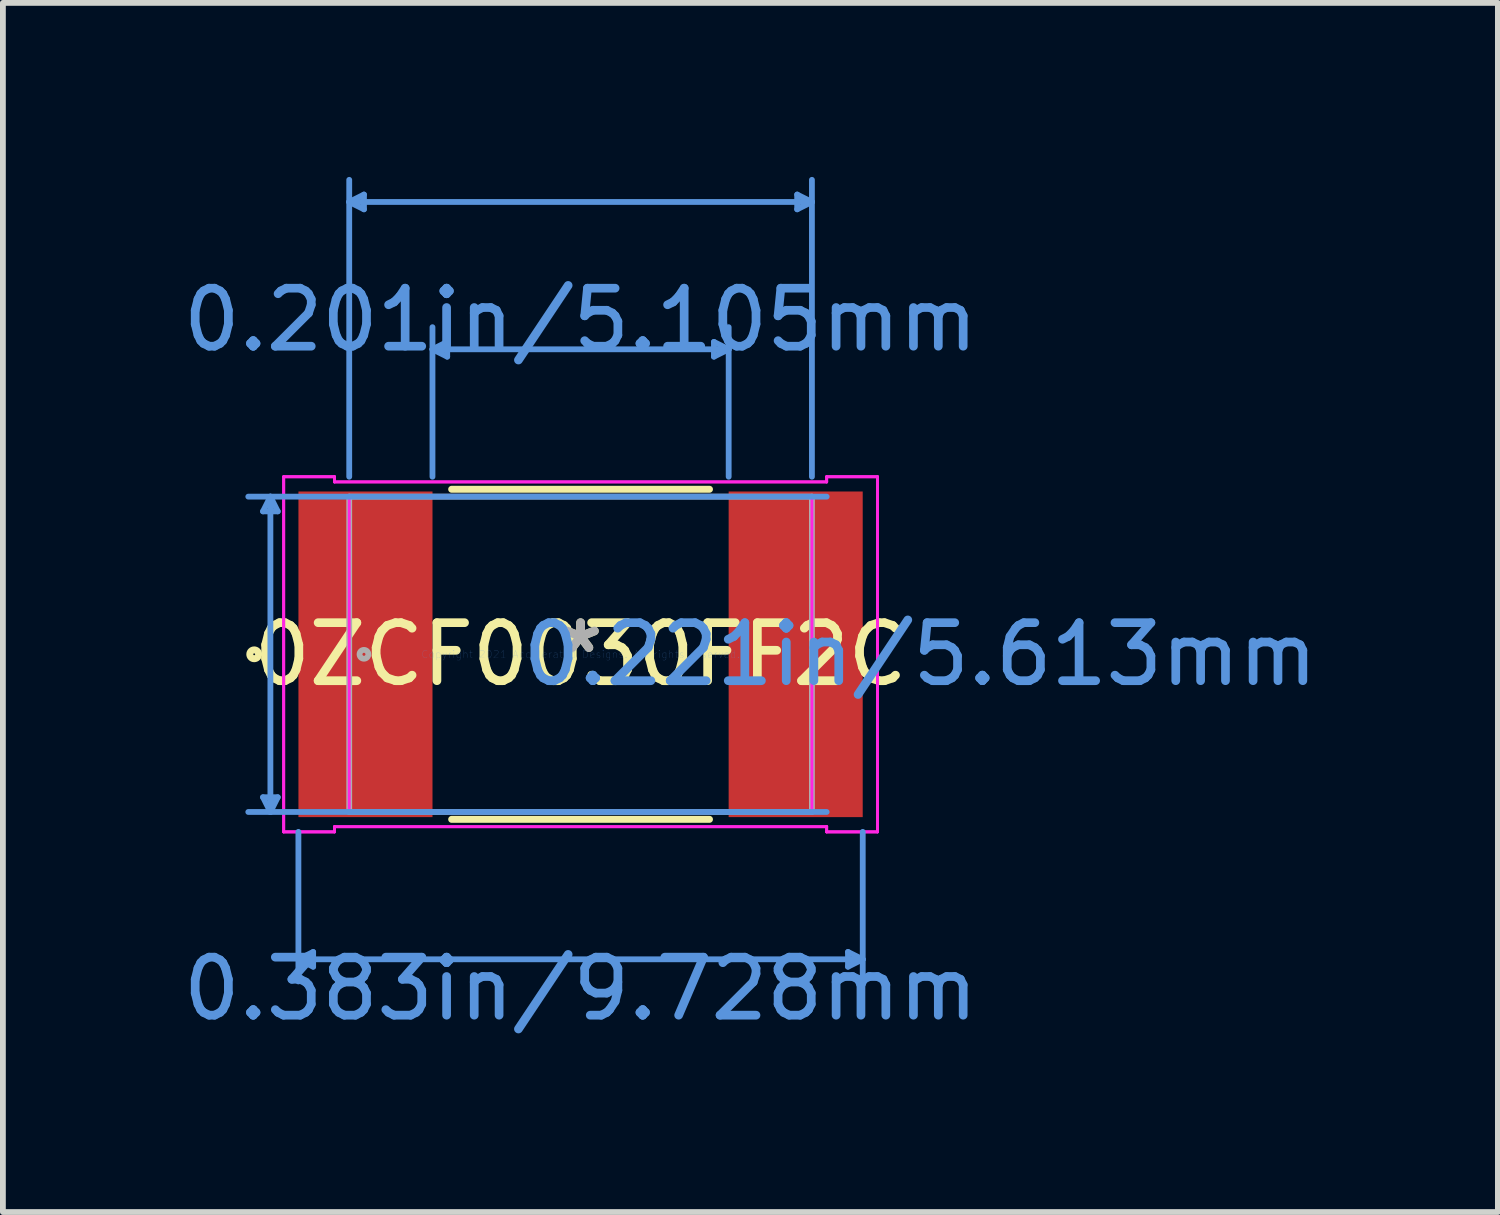
<source format=kicad_pcb>
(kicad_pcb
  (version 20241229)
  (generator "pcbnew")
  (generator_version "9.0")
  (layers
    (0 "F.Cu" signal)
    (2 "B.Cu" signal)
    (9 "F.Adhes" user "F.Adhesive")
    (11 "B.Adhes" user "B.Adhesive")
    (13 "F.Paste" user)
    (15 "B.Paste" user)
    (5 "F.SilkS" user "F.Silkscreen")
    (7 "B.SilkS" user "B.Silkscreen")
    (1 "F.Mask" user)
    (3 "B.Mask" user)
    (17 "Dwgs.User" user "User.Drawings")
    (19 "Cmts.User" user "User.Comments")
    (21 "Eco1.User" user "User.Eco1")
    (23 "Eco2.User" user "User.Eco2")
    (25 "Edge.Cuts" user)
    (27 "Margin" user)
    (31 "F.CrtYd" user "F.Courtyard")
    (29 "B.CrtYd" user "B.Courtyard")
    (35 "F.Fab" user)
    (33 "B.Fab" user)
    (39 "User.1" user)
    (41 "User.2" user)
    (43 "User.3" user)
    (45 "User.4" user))
  (footprint "0ZCF0030FF2C"
    (layer "F.Cu")
    (at 6.958 8.229)
    (property "Reference" "0ZCF0030FF2C" (at 0 0 0) (layer "F.SilkS") (effects (font (size 1 1) (thickness 0.15))))
    (attr through_hole)
    (fp_line (start -2.222 2.845) (end 2.222 2.845) (stroke (width 0.12) (type solid)) (layer "F.SilkS"))
    (fp_line (start 2.222 -2.845) (end -2.222 -2.845) (stroke (width 0.12) (type solid)) (layer "F.SilkS"))
    (fp_circle (center -5.626 0) (end -5.55 0) (stroke (width 0.12) (type solid)) (fill no) (layer "F.SilkS"))
    (fp_line (start -5.474 -2.464) (end -5.22 -2.464) (stroke (width 0.1) (type solid)) (layer "Cmts.User"))
    (fp_line (start -5.474 2.464) (end -5.22 2.464) (stroke (width 0.1) (type solid)) (layer "Cmts.User"))
    (fp_line (start -5.347 -2.718) (end -5.474 -2.464) (stroke (width 0.1) (type solid)) (layer "Cmts.User"))
    (fp_line (start -5.347 -2.718) (end -5.347 2.718) (stroke (width 0.1) (type solid)) (layer "Cmts.User"))
    (fp_line (start -5.347 -2.718) (end -5.22 -2.464) (stroke (width 0.1) (type solid)) (layer "Cmts.User"))
    (fp_line (start -5.347 2.718) (end -5.474 2.464) (stroke (width 0.1) (type solid)) (layer "Cmts.User"))
    (fp_line (start -5.347 2.718) (end -5.22 2.464) (stroke (width 0.1) (type solid)) (layer "Cmts.User"))
    (fp_line (start -4.864 3.061) (end -4.864 5.639) (stroke (width 0.1) (type solid)) (layer "Cmts.User"))
    (fp_line (start -4.864 5.258) (end -4.61 5.131) (stroke (width 0.1) (type solid)) (layer "Cmts.User"))
    (fp_line (start -4.864 5.258) (end -4.61 5.385) (stroke (width 0.1) (type solid)) (layer "Cmts.User"))
    (fp_line (start -4.864 5.258) (end 4.864 5.258) (stroke (width 0.1) (type solid)) (layer "Cmts.User"))
    (fp_line (start -4.61 5.131) (end -4.61 5.385) (stroke (width 0.1) (type solid)) (layer "Cmts.User"))
    (fp_line (start -3.988 -7.798) (end -3.734 -7.925) (stroke (width 0.1) (type solid)) (layer "Cmts.User"))
    (fp_line (start -3.988 -7.798) (end -3.734 -7.671) (stroke (width 0.1) (type solid)) (layer "Cmts.User"))
    (fp_line (start -3.988 -7.798) (end 3.988 -7.798) (stroke (width 0.1) (type solid)) (layer "Cmts.User"))
    (fp_line (start -3.988 -3.061) (end -3.988 -8.179) (stroke (width 0.1) (type solid)) (layer "Cmts.User"))
    (fp_line (start -3.734 -7.925) (end -3.734 -7.671) (stroke (width 0.1) (type solid)) (layer "Cmts.User"))
    (fp_line (start -2.553 -5.258) (end -2.299 -5.385) (stroke (width 0.1) (type solid)) (layer "Cmts.User"))
    (fp_line (start -2.553 -5.258) (end -2.299 -5.131) (stroke (width 0.1) (type solid)) (layer "Cmts.User"))
    (fp_line (start -2.553 -5.258) (end 2.553 -5.258) (stroke (width 0.1) (type solid)) (layer "Cmts.User"))
    (fp_line (start -2.553 -3.061) (end -2.553 -5.639) (stroke (width 0.1) (type solid)) (layer "Cmts.User"))
    (fp_line (start -2.299 -5.385) (end -2.299 -5.131) (stroke (width 0.1) (type solid)) (layer "Cmts.User"))
    (fp_line (start 2.299 -5.385) (end 2.299 -5.131) (stroke (width 0.1) (type solid)) (layer "Cmts.User"))
    (fp_line (start 2.553 -5.258) (end 2.299 -5.385) (stroke (width 0.1) (type solid)) (layer "Cmts.User"))
    (fp_line (start 2.553 -5.258) (end 2.299 -5.131) (stroke (width 0.1) (type solid)) (layer "Cmts.User"))
    (fp_line (start 2.553 -3.061) (end 2.553 -5.639) (stroke (width 0.1) (type solid)) (layer "Cmts.User"))
    (fp_line (start 3.734 -7.925) (end 3.734 -7.671) (stroke (width 0.1) (type solid)) (layer "Cmts.User"))
    (fp_line (start 3.988 -7.798) (end 3.734 -7.925) (stroke (width 0.1) (type solid)) (layer "Cmts.User"))
    (fp_line (start 3.988 -7.798) (end 3.734 -7.671) (stroke (width 0.1) (type solid)) (layer "Cmts.User"))
    (fp_line (start 3.988 -3.061) (end 3.988 -8.179) (stroke (width 0.1) (type solid)) (layer "Cmts.User"))
    (fp_line (start 4.242 -2.718) (end -5.728 -2.718) (stroke (width 0.1) (type solid)) (layer "Cmts.User"))
    (fp_line (start 4.242 2.718) (end -5.728 2.718) (stroke (width 0.1) (type solid)) (layer "Cmts.User"))
    (fp_line (start 4.61 5.131) (end 4.61 5.385) (stroke (width 0.1) (type solid)) (layer "Cmts.User"))
    (fp_line (start 4.864 3.061) (end 4.864 5.639) (stroke (width 0.1) (type solid)) (layer "Cmts.User"))
    (fp_line (start 4.864 5.258) (end 4.61 5.131) (stroke (width 0.1) (type solid)) (layer "Cmts.User"))
    (fp_line (start 4.864 5.258) (end 4.61 5.385) (stroke (width 0.1) (type solid)) (layer "Cmts.User"))
    (fp_line (start -5.118 -3.061) (end -4.242 -3.061) (stroke (width 0.05) (type solid)) (layer "F.CrtYd"))
    (fp_line (start -5.118 -3.061) (end -4.242 -3.061) (stroke (width 0.05) (type solid)) (layer "F.CrtYd"))
    (fp_line (start -5.118 3.061) (end -5.118 -3.061) (stroke (width 0.05) (type solid)) (layer "F.CrtYd"))
    (fp_line (start -5.118 3.061) (end -5.118 -3.061) (stroke (width 0.05) (type solid)) (layer "F.CrtYd"))
    (fp_line (start -5.118 3.061) (end -4.242 3.061) (stroke (width 0.05) (type solid)) (layer "F.CrtYd"))
    (fp_line (start -4.242 -3.061) (end -4.242 -2.972) (stroke (width 0.05) (type solid)) (layer "F.CrtYd"))
    (fp_line (start -4.242 -3.061) (end -4.242 -2.972) (stroke (width 0.05) (type solid)) (layer "F.CrtYd"))
    (fp_line (start -4.242 -2.972) (end 4.242 -2.972) (stroke (width 0.05) (type solid)) (layer "F.CrtYd"))
    (fp_line (start -4.242 -2.972) (end 4.242 -2.972) (stroke (width 0.05) (type solid)) (layer "F.CrtYd"))
    (fp_line (start -4.242 2.972) (end -4.242 3.061) (stroke (width 0.05) (type solid)) (layer "F.CrtYd"))
    (fp_line (start -4.242 2.972) (end 4.242 2.972) (stroke (width 0.05) (type solid)) (layer "F.CrtYd"))
    (fp_line (start -4.242 3.061) (end -5.118 3.061) (stroke (width 0.05) (type solid)) (layer "F.CrtYd"))
    (fp_line (start -4.242 3.061) (end -4.242 2.972) (stroke (width 0.05) (type solid)) (layer "F.CrtYd"))
    (fp_line (start -3.988 -2.718) (end 3.988 -2.718) (stroke (width 0.05) (type solid)) (layer "F.CrtYd"))
    (fp_line (start -3.988 2.718) (end -3.988 -2.718) (stroke (width 0.05) (type solid)) (layer "F.CrtYd"))
    (fp_line (start 3.988 -2.718) (end 3.988 2.718) (stroke (width 0.05) (type solid)) (layer "F.CrtYd"))
    (fp_line (start 3.988 2.718) (end -3.988 2.718) (stroke (width 0.05) (type solid)) (layer "F.CrtYd"))
    (fp_line (start 4.242 -3.061) (end 5.118 -3.061) (stroke (width 0.05) (type solid)) (layer "F.CrtYd"))
    (fp_line (start 4.242 -3.061) (end 5.118 -3.061) (stroke (width 0.05) (type solid)) (layer "F.CrtYd"))
    (fp_line (start 4.242 -2.972) (end 4.242 -3.061) (stroke (width 0.05) (type solid)) (layer "F.CrtYd"))
    (fp_line (start 4.242 -2.972) (end 4.242 -3.061) (stroke (width 0.05) (type solid)) (layer "F.CrtYd"))
    (fp_line (start 4.242 2.972) (end -4.242 2.972) (stroke (width 0.05) (type solid)) (layer "F.CrtYd"))
    (fp_line (start 4.242 2.972) (end 4.242 2.972) (stroke (width 0.05) (type solid)) (layer "F.CrtYd"))
    (fp_line (start 4.242 2.972) (end 4.242 3.061) (stroke (width 0.05) (type solid)) (layer "F.CrtYd"))
    (fp_line (start 4.242 3.061) (end 4.242 2.972) (stroke (width 0.05) (type solid)) (layer "F.CrtYd"))
    (fp_line (start 4.242 3.061) (end 5.118 3.061) (stroke (width 0.05) (type solid)) (layer "F.CrtYd"))
    (fp_line (start 5.118 -3.061) (end 5.118 3.061) (stroke (width 0.05) (type solid)) (layer "F.CrtYd"))
    (fp_line (start 5.118 -3.061) (end 5.118 3.061) (stroke (width 0.05) (type solid)) (layer "F.CrtYd"))
    (fp_line (start 5.118 3.061) (end 4.242 3.061) (stroke (width 0.05) (type solid)) (layer "F.CrtYd"))
    (fp_line (start -3.988 -2.718) (end -3.988 2.718) (stroke (width 0.1) (type solid)) (layer "F.Fab"))
    (fp_line (start -3.988 2.718) (end 3.988 2.718) (stroke (width 0.1) (type solid)) (layer "F.Fab"))
    (fp_line (start 3.988 -2.718) (end -3.988 -2.718) (stroke (width 0.1) (type solid)) (layer "F.Fab"))
    (fp_line (start 3.988 2.718) (end 3.988 -2.718) (stroke (width 0.1) (type solid)) (layer "F.Fab"))
    (fp_circle (center -3.734 0) (end -3.658 0) (stroke (width 0.1) (type solid)) (fill no) (layer "F.Fab"))
    (fp_text user "*" (at 0 0 0) (layer "F.SilkS") (effects (font (size 1 1) (thickness 0.15))))
    (fp_text user "0.221in/5.613mm" (at 5.855 0 0) (layer "Cmts.User") (effects (font (size 1 1) (thickness 0.15))))
    (fp_text user "0.383in/9.728mm" (at 0 5.766 0) (layer "Cmts.User") (effects (font (size 1 1) (thickness 0.15))))
    (fp_text user "0.201in/5.105mm" (at 0 -5.766 0) (layer "Cmts.User") (effects (font (size 1 1) (thickness 0.15))))
    (fp_text user "Copyright 2021 Accelerated Designs. All rights reserved." (at 0 0 0) (layer "Cmts.User") (effects (font (size 0.127 0.127) (thickness 0.002))))
    (fp_text user "*" (at 0 0 0) (layer "F.Fab") (effects (font (size 1 1) (thickness 0.15))))
    (pad "1" smd rect (at -3.708 0) (size 2.311 5.613) (layers "F.Cu" "F.Mask" "F.Paste"))
    (pad "2" smd rect (at 3.708 0) (size 2.311 5.613) (layers "F.Cu" "F.Mask" "F.Paste")))
  (gr_rect
    (start -3 -3)
    (end 22.771 17.843)
    (stroke (width 0.1) (type default))
    (fill no)
    (layer "Edge.Cuts")))
</source>
